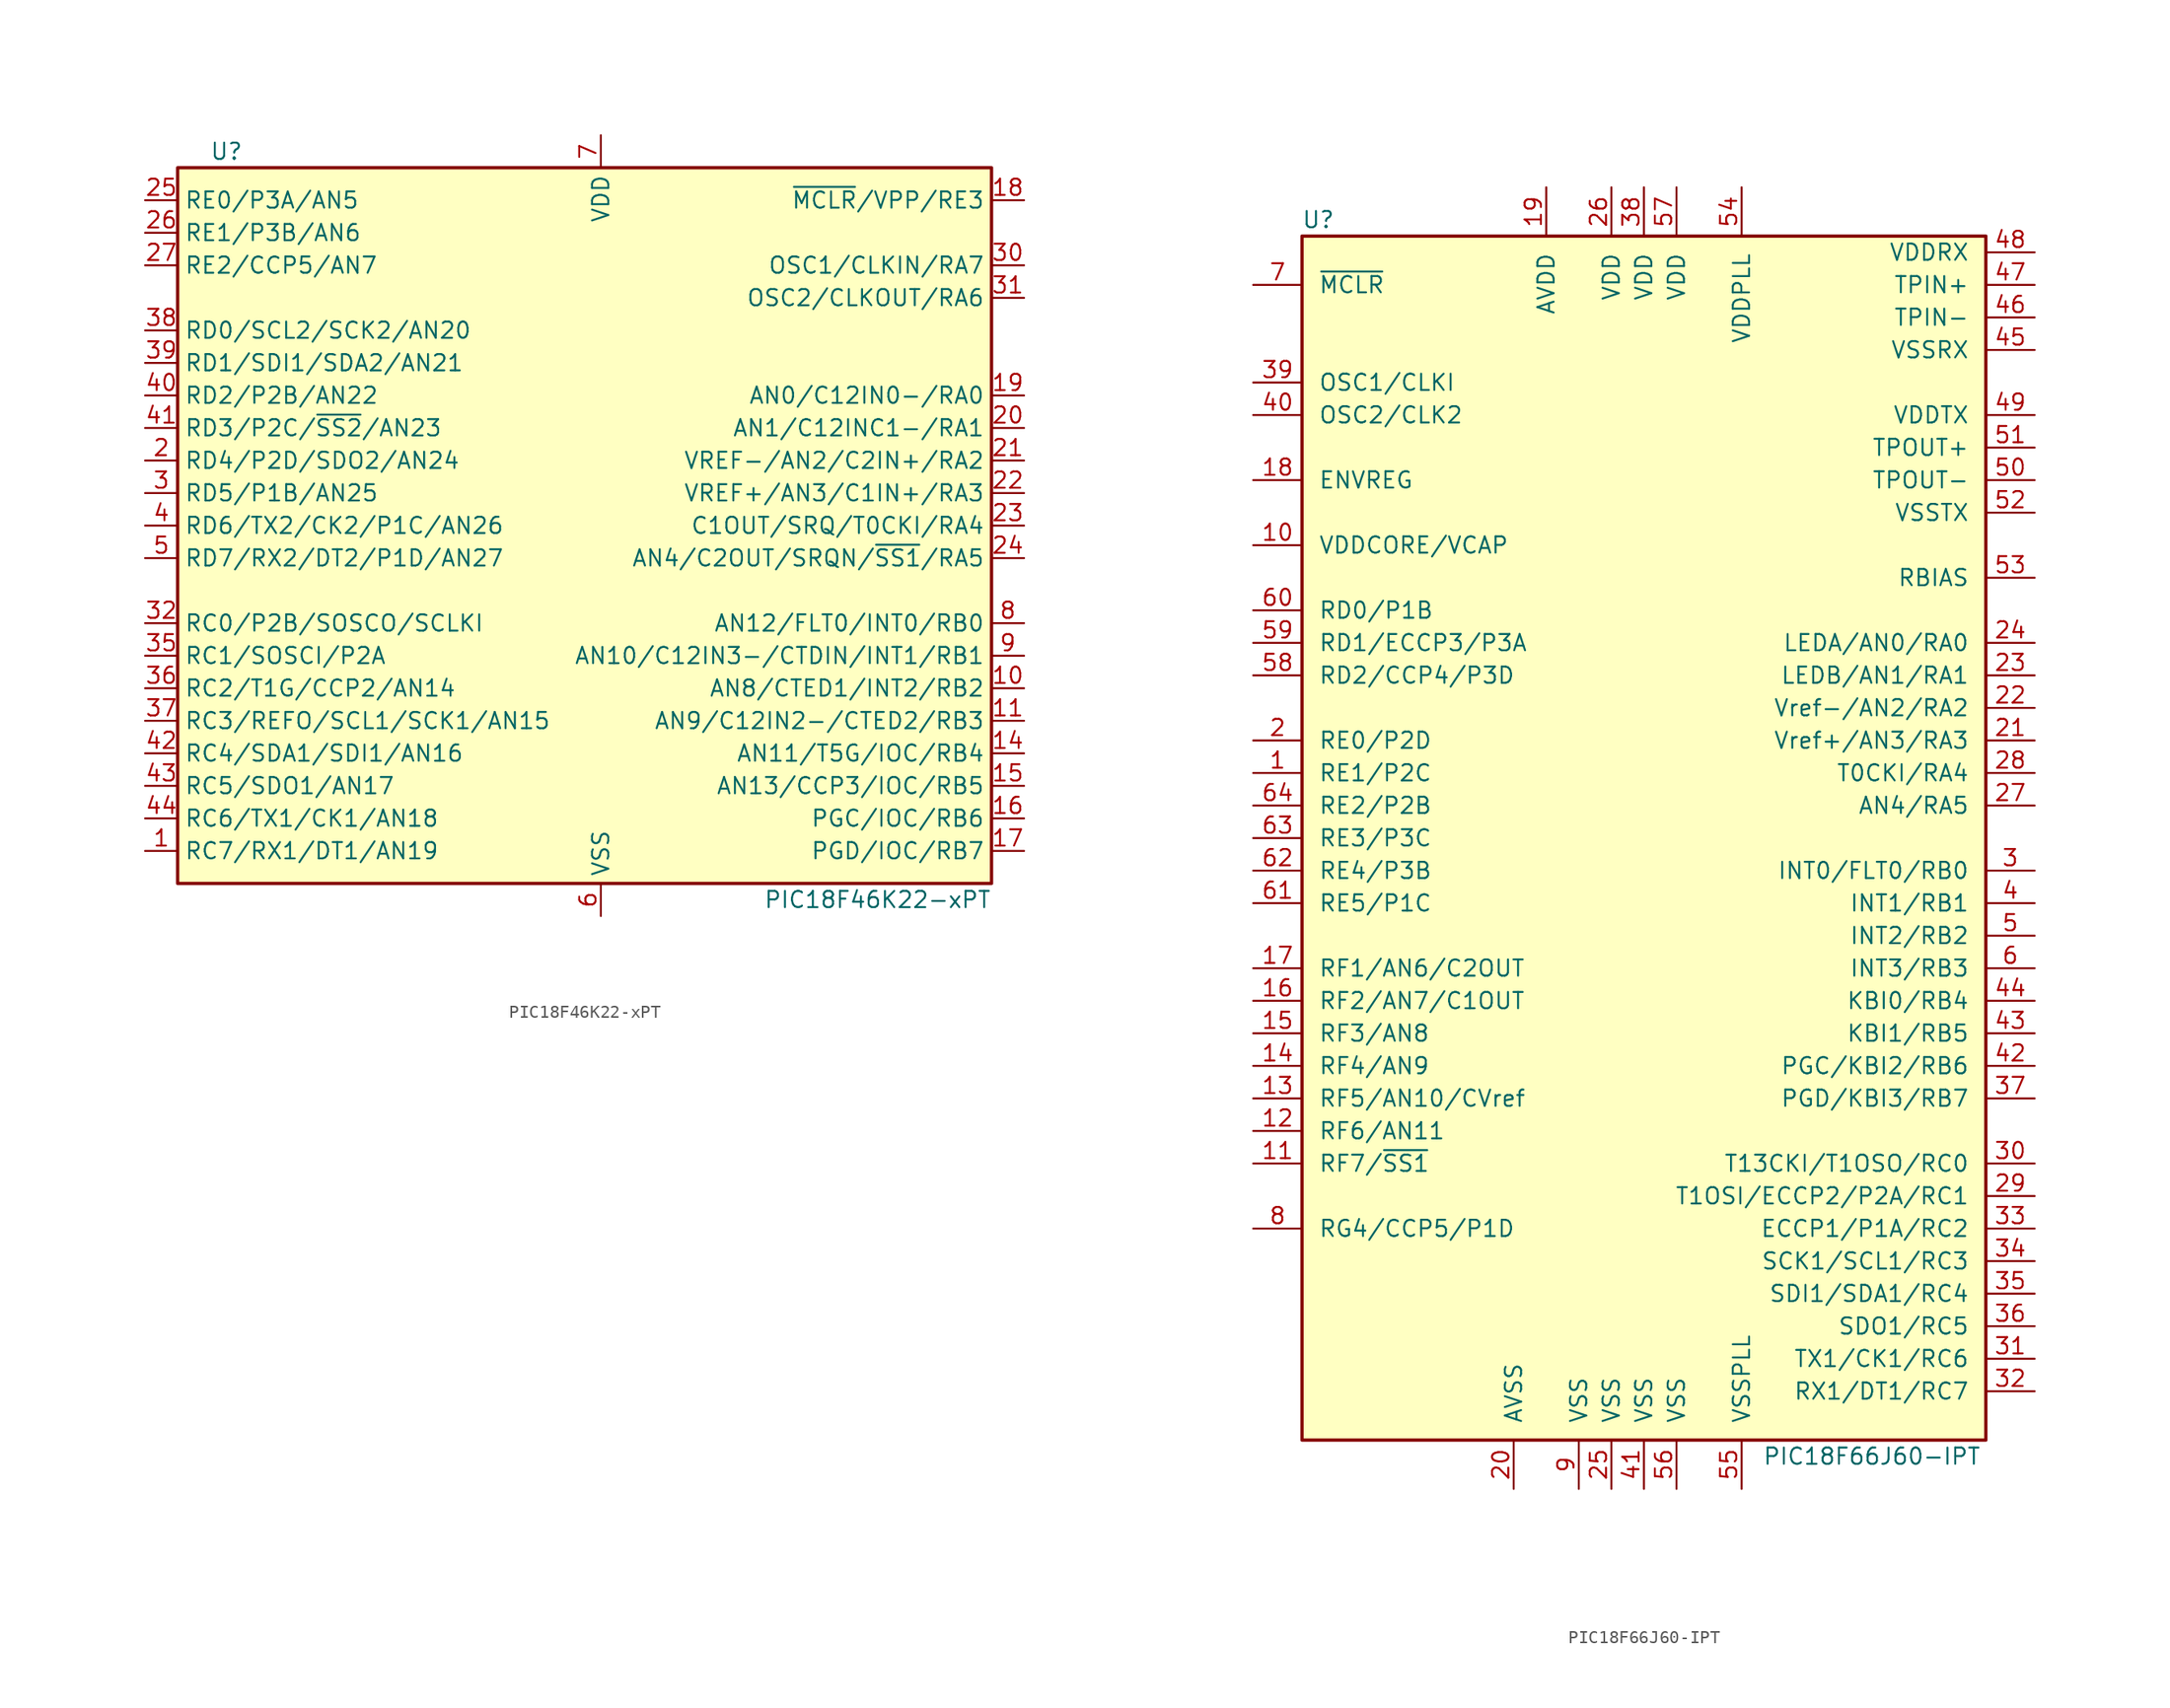
<source format=kicad_sym>
(kicad_symbol_lib
  (version 20241209)
  (generator "kicad_symbol_editor")
  (generator_version "9.0")
  (symbol "PIC18F46K22-xPT"
    (property "Reference" "U"
      (at -29.21 29.21 0)
      (effects (font (size 1.27 1.27))))
    (property "Value" "PIC18F46K22-xPT"
      (at 21.59 -29.21 0)
      (effects (font (size 1.27 1.27))))
    (symbol "PIC18F46K22-xPT_0_1"
      (rectangle (start -33.02 27.94) (end 30.48 -27.94) (stroke (width 0.254) (type default)) (fill (type background))))
    (symbol "PIC18F46K22-xPT_1_1"
      (pin bidirectional line (at -35.56 25.4 0) (length 2.54) (name "RE0/P3A/AN5" (effects (font (size 1.27 1.27)))) (number "25" (effects (font (size 1.27 1.27)))))
      (pin bidirectional line (at -35.56 22.86 0) (length 2.54) (name "RE1/P3B/AN6" (effects (font (size 1.27 1.27)))) (number "26" (effects (font (size 1.27 1.27)))))
      (pin bidirectional line (at -35.56 20.32 0) (length 2.54) (name "RE2/CCP5/AN7" (effects (font (size 1.27 1.27)))) (number "27" (effects (font (size 1.27 1.27)))))
      (pin bidirectional line (at -35.56 15.24 0) (length 2.54) (name "RD0/SCL2/SCK2/AN20" (effects (font (size 1.27 1.27)))) (number "38" (effects (font (size 1.27 1.27)))))
      (pin bidirectional line (at -35.56 12.7 0) (length 2.54) (name "RD1/SDI1/SDA2/AN21" (effects (font (size 1.27 1.27)))) (number "39" (effects (font (size 1.27 1.27)))))
      (pin bidirectional line (at -35.56 10.16 0) (length 2.54) (name "RD2/P2B/AN22" (effects (font (size 1.27 1.27)))) (number "40" (effects (font (size 1.27 1.27)))))
      (pin bidirectional line (at -35.56 7.62 0) (length 2.54) (name "RD3/P2C/~{SS2}/AN23" (effects (font (size 1.27 1.27)))) (number "41" (effects (font (size 1.27 1.27)))))
      (pin bidirectional line (at -35.56 5.08 0) (length 2.54) (name "RD4/P2D/SDO2/AN24" (effects (font (size 1.27 1.27)))) (number "2" (effects (font (size 1.27 1.27)))))
      (pin bidirectional line (at -35.56 2.54 0) (length 2.54) (name "RD5/P1B/AN25" (effects (font (size 1.27 1.27)))) (number "3" (effects (font (size 1.27 1.27)))))
      (pin bidirectional line (at -35.56 0 0) (length 2.54) (name "RD6/TX2/CK2/P1C/AN26" (effects (font (size 1.27 1.27)))) (number "4" (effects (font (size 1.27 1.27)))))
      (pin bidirectional line (at -35.56 -2.54 0) (length 2.54) (name "RD7/RX2/DT2/P1D/AN27" (effects (font (size 1.27 1.27)))) (number "5" (effects (font (size 1.27 1.27)))))
      (pin bidirectional line (at -35.56 -7.62 0) (length 2.54) (name "RC0/P2B/SOSCO/SCLKI" (effects (font (size 1.27 1.27)))) (number "32" (effects (font (size 1.27 1.27)))))
      (pin bidirectional line (at -35.56 -10.16 0) (length 2.54) (name "RC1/SOSCI/P2A" (effects (font (size 1.27 1.27)))) (number "35" (effects (font (size 1.27 1.27)))))
      (pin bidirectional line (at -35.56 -12.7 0) (length 2.54) (name "RC2/T1G/CCP2/AN14" (effects (font (size 1.27 1.27)))) (number "36" (effects (font (size 1.27 1.27)))))
      (pin bidirectional line (at -35.56 -15.24 0) (length 2.54) (name "RC3/REFO/SCL1/SCK1/AN15" (effects (font (size 1.27 1.27)))) (number "37" (effects (font (size 1.27 1.27)))))
      (pin bidirectional line (at -35.56 -17.78 0) (length 2.54) (name "RC4/SDA1/SDI1/AN16" (effects (font (size 1.27 1.27)))) (number "42" (effects (font (size 1.27 1.27)))))
      (pin bidirectional line (at -35.56 -20.32 0) (length 2.54) (name "RC5/SDO1/AN17" (effects (font (size 1.27 1.27)))) (number "43" (effects (font (size 1.27 1.27)))))
      (pin bidirectional line (at -35.56 -22.86 0) (length 2.54) (name "RC6/TX1/CK1/AN18" (effects (font (size 1.27 1.27)))) (number "44" (effects (font (size 1.27 1.27)))))
      (pin bidirectional line (at -35.56 -25.4 0) (length 2.54) (name "RC7/RX1/DT1/AN19" (effects (font (size 1.27 1.27)))) (number "1" (effects (font (size 1.27 1.27)))))
      (pin no_connect line (at -10.16 -27.94 90) (length 2.54) (hide yes) (name "NC" (effects (font (size 1.27 1.27)))) (number "12" (effects (font (size 1.27 1.27)))))
      (pin no_connect line (at -7.62 -27.94 90) (length 2.54) (hide yes) (name "NC" (effects (font (size 1.27 1.27)))) (number "13" (effects (font (size 1.27 1.27)))))
      (pin no_connect line (at -5.08 -27.94 90) (length 2.54) (hide yes) (name "NC" (effects (font (size 1.27 1.27)))) (number "33" (effects (font (size 1.27 1.27)))))
      (pin no_connect line (at -2.54 -27.94 90) (length 2.54) (hide yes) (name "NC" (effects (font (size 1.27 1.27)))) (number "34" (effects (font (size 1.27 1.27)))))
      (pin passive line (at 0 30.48 270) (length 2.54) (hide yes) (name "VDD" (effects (font (size 1.27 1.27)))) (number "28" (effects (font (size 1.27 1.27)))))
      (pin power_in line (at 0 30.48 270) (length 2.54) (name "VDD" (effects (font (size 1.27 1.27)))) (number "7" (effects (font (size 1.27 1.27)))))
      (pin passive line (at 0 -30.48 90) (length 2.54) (hide yes) (name "VSS" (effects (font (size 1.27 1.27)))) (number "29" (effects (font (size 1.27 1.27)))))
      (pin power_in line (at 0 -30.48 90) (length 2.54) (name "VSS" (effects (font (size 1.27 1.27)))) (number "6" (effects (font (size 1.27 1.27)))))
      (pin bidirectional line (at 33.02 25.4 180) (length 2.54) (name "~{MCLR}/VPP/RE3" (effects (font (size 1.27 1.27)))) (number "18" (effects (font (size 1.27 1.27)))))
      (pin bidirectional line (at 33.02 20.32 180) (length 2.54) (name "OSC1/CLKIN/RA7" (effects (font (size 1.27 1.27)))) (number "30" (effects (font (size 1.27 1.27)))))
      (pin bidirectional line (at 33.02 17.78 180) (length 2.54) (name "OSC2/CLKOUT/RA6" (effects (font (size 1.27 1.27)))) (number "31" (effects (font (size 1.27 1.27)))))
      (pin bidirectional line (at 33.02 10.16 180) (length 2.54) (name "AN0/C12IN0-/RA0" (effects (font (size 1.27 1.27)))) (number "19" (effects (font (size 1.27 1.27)))))
      (pin bidirectional line (at 33.02 7.62 180) (length 2.54) (name "AN1/C12INC1-/RA1" (effects (font (size 1.27 1.27)))) (number "20" (effects (font (size 1.27 1.27)))))
      (pin bidirectional line (at 33.02 5.08 180) (length 2.54) (name "VREF-/AN2/C2IN+/RA2" (effects (font (size 1.27 1.27)))) (number "21" (effects (font (size 1.27 1.27)))))
      (pin bidirectional line (at 33.02 2.54 180) (length 2.54) (name "VREF+/AN3/C1IN+/RA3" (effects (font (size 1.27 1.27)))) (number "22" (effects (font (size 1.27 1.27)))))
      (pin bidirectional line (at 33.02 0 180) (length 2.54) (name "C1OUT/SRQ/T0CKI/RA4" (effects (font (size 1.27 1.27)))) (number "23" (effects (font (size 1.27 1.27)))))
      (pin bidirectional line (at 33.02 -2.54 180) (length 2.54) (name "AN4/C2OUT/SRQN/~{SS1}/RA5" (effects (font (size 1.27 1.27)))) (number "24" (effects (font (size 1.27 1.27)))))
      (pin bidirectional line (at 33.02 -7.62 180) (length 2.54) (name "AN12/FLT0/INT0/RB0" (effects (font (size 1.27 1.27)))) (number "8" (effects (font (size 1.27 1.27)))))
      (pin bidirectional line (at 33.02 -10.16 180) (length 2.54) (name "AN10/C12IN3-/CTDIN/INT1/RB1" (effects (font (size 1.27 1.27)))) (number "9" (effects (font (size 1.27 1.27)))))
      (pin bidirectional line (at 33.02 -12.7 180) (length 2.54) (name "AN8/CTED1/INT2/RB2" (effects (font (size 1.27 1.27)))) (number "10" (effects (font (size 1.27 1.27)))))
      (pin bidirectional line (at 33.02 -15.24 180) (length 2.54) (name "AN9/C12IN2-/CTED2/RB3" (effects (font (size 1.27 1.27)))) (number "11" (effects (font (size 1.27 1.27)))))
      (pin bidirectional line (at 33.02 -17.78 180) (length 2.54) (name "AN11/T5G/IOC/RB4" (effects (font (size 1.27 1.27)))) (number "14" (effects (font (size 1.27 1.27)))))
      (pin bidirectional line (at 33.02 -20.32 180) (length 2.54) (name "AN13/CCP3/IOC/RB5" (effects (font (size 1.27 1.27)))) (number "15" (effects (font (size 1.27 1.27)))))
      (pin bidirectional line (at 33.02 -22.86 180) (length 2.54) (name "PGC/IOC/RB6" (effects (font (size 1.27 1.27)))) (number "16" (effects (font (size 1.27 1.27)))))
      (pin bidirectional line (at 33.02 -25.4 180) (length 2.54) (name "PGD/IOC/RB7" (effects (font (size 1.27 1.27)))) (number "17" (effects (font (size 1.27 1.27)))))))
  (symbol "PIC18F66J60-IPT"
    (pin_names
      (offset 1.27))
    (property "Reference" "U"
      (at -25.4 48.26 0)
      (effects (font (size 1.27 1.27))))
    (property "Value" "PIC18F66J60-IPT"
      (at 17.78 -48.26 0)
      (effects (font (size 1.27 1.27))))
    (symbol "PIC18F66J60-IPT_0_1"
      (rectangle (start -26.67 46.99) (end 26.67 -46.99) (stroke (width 0.254) (type default)) (fill (type background))))
    (symbol "PIC18F66J60-IPT_1_1"
      (pin input line (at -30.48 43.18 0) (length 3.81) (name "~{MCLR}" (effects (font (size 1.27 1.27)))) (number "7" (effects (font (size 1.27 1.27)))))
      (pin input line (at -30.48 35.56 0) (length 3.81) (name "OSC1/CLKI" (effects (font (size 1.27 1.27)))) (number "39" (effects (font (size 1.27 1.27)))))
      (pin output line (at -30.48 33.02 0) (length 3.81) (name "OSC2/CLK2" (effects (font (size 1.27 1.27)))) (number "40" (effects (font (size 1.27 1.27)))))
      (pin passive line (at -30.48 27.94 0) (length 3.81) (name "ENVREG" (effects (font (size 1.27 1.27)))) (number "18" (effects (font (size 1.27 1.27)))))
      (pin passive line (at -30.48 22.86 0) (length 3.81) (name "VDDCORE/VCAP" (effects (font (size 1.27 1.27)))) (number "10" (effects (font (size 1.27 1.27)))))
      (pin bidirectional line (at -30.48 17.78 0) (length 3.81) (name "RD0/P1B" (effects (font (size 1.27 1.27)))) (number "60" (effects (font (size 1.27 1.27)))))
      (pin bidirectional line (at -30.48 15.24 0) (length 3.81) (name "RD1/ECCP3/P3A" (effects (font (size 1.27 1.27)))) (number "59" (effects (font (size 1.27 1.27)))))
      (pin bidirectional line (at -30.48 12.7 0) (length 3.81) (name "RD2/CCP4/P3D" (effects (font (size 1.27 1.27)))) (number "58" (effects (font (size 1.27 1.27)))))
      (pin bidirectional line (at -30.48 7.62 0) (length 3.81) (name "RE0/P2D" (effects (font (size 1.27 1.27)))) (number "2" (effects (font (size 1.27 1.27)))))
      (pin bidirectional line (at -30.48 5.08 0) (length 3.81) (name "RE1/P2C" (effects (font (size 1.27 1.27)))) (number "1" (effects (font (size 1.27 1.27)))))
      (pin bidirectional line (at -30.48 2.54 0) (length 3.81) (name "RE2/P2B" (effects (font (size 1.27 1.27)))) (number "64" (effects (font (size 1.27 1.27)))))
      (pin bidirectional line (at -30.48 0 0) (length 3.81) (name "RE3/P3C" (effects (font (size 1.27 1.27)))) (number "63" (effects (font (size 1.27 1.27)))))
      (pin bidirectional line (at -30.48 -2.54 0) (length 3.81) (name "RE4/P3B" (effects (font (size 1.27 1.27)))) (number "62" (effects (font (size 1.27 1.27)))))
      (pin bidirectional line (at -30.48 -5.08 0) (length 3.81) (name "RE5/P1C" (effects (font (size 1.27 1.27)))) (number "61" (effects (font (size 1.27 1.27)))))
      (pin bidirectional line (at -30.48 -10.16 0) (length 3.81) (name "RF1/AN6/C2OUT" (effects (font (size 1.27 1.27)))) (number "17" (effects (font (size 1.27 1.27)))))
      (pin bidirectional line (at -30.48 -12.7 0) (length 3.81) (name "RF2/AN7/C1OUT" (effects (font (size 1.27 1.27)))) (number "16" (effects (font (size 1.27 1.27)))))
      (pin bidirectional line (at -30.48 -15.24 0) (length 3.81) (name "RF3/AN8" (effects (font (size 1.27 1.27)))) (number "15" (effects (font (size 1.27 1.27)))))
      (pin bidirectional line (at -30.48 -17.78 0) (length 3.81) (name "RF4/AN9" (effects (font (size 1.27 1.27)))) (number "14" (effects (font (size 1.27 1.27)))))
      (pin bidirectional line (at -30.48 -20.32 0) (length 3.81) (name "RF5/AN10/CVref" (effects (font (size 1.27 1.27)))) (number "13" (effects (font (size 1.27 1.27)))))
      (pin bidirectional line (at -30.48 -22.86 0) (length 3.81) (name "RF6/AN11" (effects (font (size 1.27 1.27)))) (number "12" (effects (font (size 1.27 1.27)))))
      (pin bidirectional line (at -30.48 -25.4 0) (length 3.81) (name "RF7/~{SS1}" (effects (font (size 1.27 1.27)))) (number "11" (effects (font (size 1.27 1.27)))))
      (pin bidirectional line (at -30.48 -30.48 0) (length 3.81) (name "RG4/CCP5/P1D" (effects (font (size 1.27 1.27)))) (number "8" (effects (font (size 1.27 1.27)))))
      (pin power_in line (at -10.16 -50.8 90) (length 3.81) (name "AVSS" (effects (font (size 1.27 1.27)))) (number "20" (effects (font (size 1.27 1.27)))))
      (pin power_in line (at -7.62 50.8 270) (length 3.81) (name "AVDD" (effects (font (size 1.27 1.27)))) (number "19" (effects (font (size 1.27 1.27)))))
      (pin power_in line (at -5.08 -50.8 90) (length 3.81) (name "VSS" (effects (font (size 1.27 1.27)))) (number "9" (effects (font (size 1.27 1.27)))))
      (pin power_in line (at -2.54 50.8 270) (length 3.81) (name "VDD" (effects (font (size 1.27 1.27)))) (number "26" (effects (font (size 1.27 1.27)))))
      (pin power_in line (at -2.54 -50.8 90) (length 3.81) (name "VSS" (effects (font (size 1.27 1.27)))) (number "25" (effects (font (size 1.27 1.27)))))
      (pin power_in line (at 0 50.8 270) (length 3.81) (name "VDD" (effects (font (size 1.27 1.27)))) (number "38" (effects (font (size 1.27 1.27)))))
      (pin power_in line (at 0 -50.8 90) (length 3.81) (name "VSS" (effects (font (size 1.27 1.27)))) (number "41" (effects (font (size 1.27 1.27)))))
      (pin power_in line (at 2.54 50.8 270) (length 3.81) (name "VDD" (effects (font (size 1.27 1.27)))) (number "57" (effects (font (size 1.27 1.27)))))
      (pin power_in line (at 2.54 -50.8 90) (length 3.81) (name "VSS" (effects (font (size 1.27 1.27)))) (number "56" (effects (font (size 1.27 1.27)))))
      (pin power_in line (at 7.62 50.8 270) (length 3.81) (name "VDDPLL" (effects (font (size 1.27 1.27)))) (number "54" (effects (font (size 1.27 1.27)))))
      (pin power_in line (at 7.62 -50.8 90) (length 3.81) (name "VSSPLL" (effects (font (size 1.27 1.27)))) (number "55" (effects (font (size 1.27 1.27)))))
      (pin power_in line (at 30.48 45.72 180) (length 3.81) (name "VDDRX" (effects (font (size 1.27 1.27)))) (number "48" (effects (font (size 1.27 1.27)))))
      (pin passive line (at 30.48 43.18 180) (length 3.81) (name "TPIN+" (effects (font (size 1.27 1.27)))) (number "47" (effects (font (size 1.27 1.27)))))
      (pin passive line (at 30.48 40.64 180) (length 3.81) (name "TPIN-" (effects (font (size 1.27 1.27)))) (number "46" (effects (font (size 1.27 1.27)))))
      (pin power_in line (at 30.48 38.1 180) (length 3.81) (name "VSSRX" (effects (font (size 1.27 1.27)))) (number "45" (effects (font (size 1.27 1.27)))))
      (pin power_in line (at 30.48 33.02 180) (length 3.81) (name "VDDTX" (effects (font (size 1.27 1.27)))) (number "49" (effects (font (size 1.27 1.27)))))
      (pin passive line (at 30.48 30.48 180) (length 3.81) (name "TPOUT+" (effects (font (size 1.27 1.27)))) (number "51" (effects (font (size 1.27 1.27)))))
      (pin passive line (at 30.48 27.94 180) (length 3.81) (name "TPOUT-" (effects (font (size 1.27 1.27)))) (number "50" (effects (font (size 1.27 1.27)))))
      (pin power_in line (at 30.48 25.4 180) (length 3.81) (name "VSSTX" (effects (font (size 1.27 1.27)))) (number "52" (effects (font (size 1.27 1.27)))))
      (pin passive line (at 30.48 20.32 180) (length 3.81) (name "RBIAS" (effects (font (size 1.27 1.27)))) (number "53" (effects (font (size 1.27 1.27)))))
      (pin bidirectional line (at 30.48 15.24 180) (length 3.81) (name "LEDA/AN0/RA0" (effects (font (size 1.27 1.27)))) (number "24" (effects (font (size 1.27 1.27)))))
      (pin bidirectional line (at 30.48 12.7 180) (length 3.81) (name "LEDB/AN1/RA1" (effects (font (size 1.27 1.27)))) (number "23" (effects (font (size 1.27 1.27)))))
      (pin bidirectional line (at 30.48 10.16 180) (length 3.81) (name "Vref-/AN2/RA2" (effects (font (size 1.27 1.27)))) (number "22" (effects (font (size 1.27 1.27)))))
      (pin bidirectional line (at 30.48 7.62 180) (length 3.81) (name "Vref+/AN3/RA3" (effects (font (size 1.27 1.27)))) (number "21" (effects (font (size 1.27 1.27)))))
      (pin bidirectional line (at 30.48 5.08 180) (length 3.81) (name "T0CKI/RA4" (effects (font (size 1.27 1.27)))) (number "28" (effects (font (size 1.27 1.27)))))
      (pin bidirectional line (at 30.48 2.54 180) (length 3.81) (name "AN4/RA5" (effects (font (size 1.27 1.27)))) (number "27" (effects (font (size 1.27 1.27)))))
      (pin bidirectional line (at 30.48 -2.54 180) (length 3.81) (name "INT0/FLT0/RB0" (effects (font (size 1.27 1.27)))) (number "3" (effects (font (size 1.27 1.27)))))
      (pin bidirectional line (at 30.48 -5.08 180) (length 3.81) (name "INT1/RB1" (effects (font (size 1.27 1.27)))) (number "4" (effects (font (size 1.27 1.27)))))
      (pin bidirectional line (at 30.48 -7.62 180) (length 3.81) (name "INT2/RB2" (effects (font (size 1.27 1.27)))) (number "5" (effects (font (size 1.27 1.27)))))
      (pin bidirectional line (at 30.48 -10.16 180) (length 3.81) (name "INT3/RB3" (effects (font (size 1.27 1.27)))) (number "6" (effects (font (size 1.27 1.27)))))
      (pin bidirectional line (at 30.48 -12.7 180) (length 3.81) (name "KBI0/RB4" (effects (font (size 1.27 1.27)))) (number "44" (effects (font (size 1.27 1.27)))))
      (pin bidirectional line (at 30.48 -15.24 180) (length 3.81) (name "KBI1/RB5" (effects (font (size 1.27 1.27)))) (number "43" (effects (font (size 1.27 1.27)))))
      (pin bidirectional line (at 30.48 -17.78 180) (length 3.81) (name "PGC/KBI2/RB6" (effects (font (size 1.27 1.27)))) (number "42" (effects (font (size 1.27 1.27)))))
      (pin bidirectional line (at 30.48 -20.32 180) (length 3.81) (name "PGD/KBI3/RB7" (effects (font (size 1.27 1.27)))) (number "37" (effects (font (size 1.27 1.27)))))
      (pin bidirectional line (at 30.48 -25.4 180) (length 3.81) (name "T13CKI/T1OSO/RC0" (effects (font (size 1.27 1.27)))) (number "30" (effects (font (size 1.27 1.27)))))
      (pin bidirectional line (at 30.48 -27.94 180) (length 3.81) (name "T1OSI/ECCP2/P2A/RC1" (effects (font (size 1.27 1.27)))) (number "29" (effects (font (size 1.27 1.27)))))
      (pin bidirectional line (at 30.48 -30.48 180) (length 3.81) (name "ECCP1/P1A/RC2" (effects (font (size 1.27 1.27)))) (number "33" (effects (font (size 1.27 1.27)))))
      (pin bidirectional line (at 30.48 -33.02 180) (length 3.81) (name "SCK1/SCL1/RC3" (effects (font (size 1.27 1.27)))) (number "34" (effects (font (size 1.27 1.27)))))
      (pin bidirectional line (at 30.48 -35.56 180) (length 3.81) (name "SDI1/SDA1/RC4" (effects (font (size 1.27 1.27)))) (number "35" (effects (font (size 1.27 1.27)))))
      (pin bidirectional line (at 30.48 -38.1 180) (length 3.81) (name "SDO1/RC5" (effects (font (size 1.27 1.27)))) (number "36" (effects (font (size 1.27 1.27)))))
      (pin bidirectional line (at 30.48 -40.64 180) (length 3.81) (name "TX1/CK1/RC6" (effects (font (size 1.27 1.27)))) (number "31" (effects (font (size 1.27 1.27)))))
      (pin bidirectional line (at 30.48 -43.18 180) (length 3.81) (name "RX1/DT1/RC7" (effects (font (size 1.27 1.27)))) (number "32" (effects (font (size 1.27 1.27))))))))
</source>
